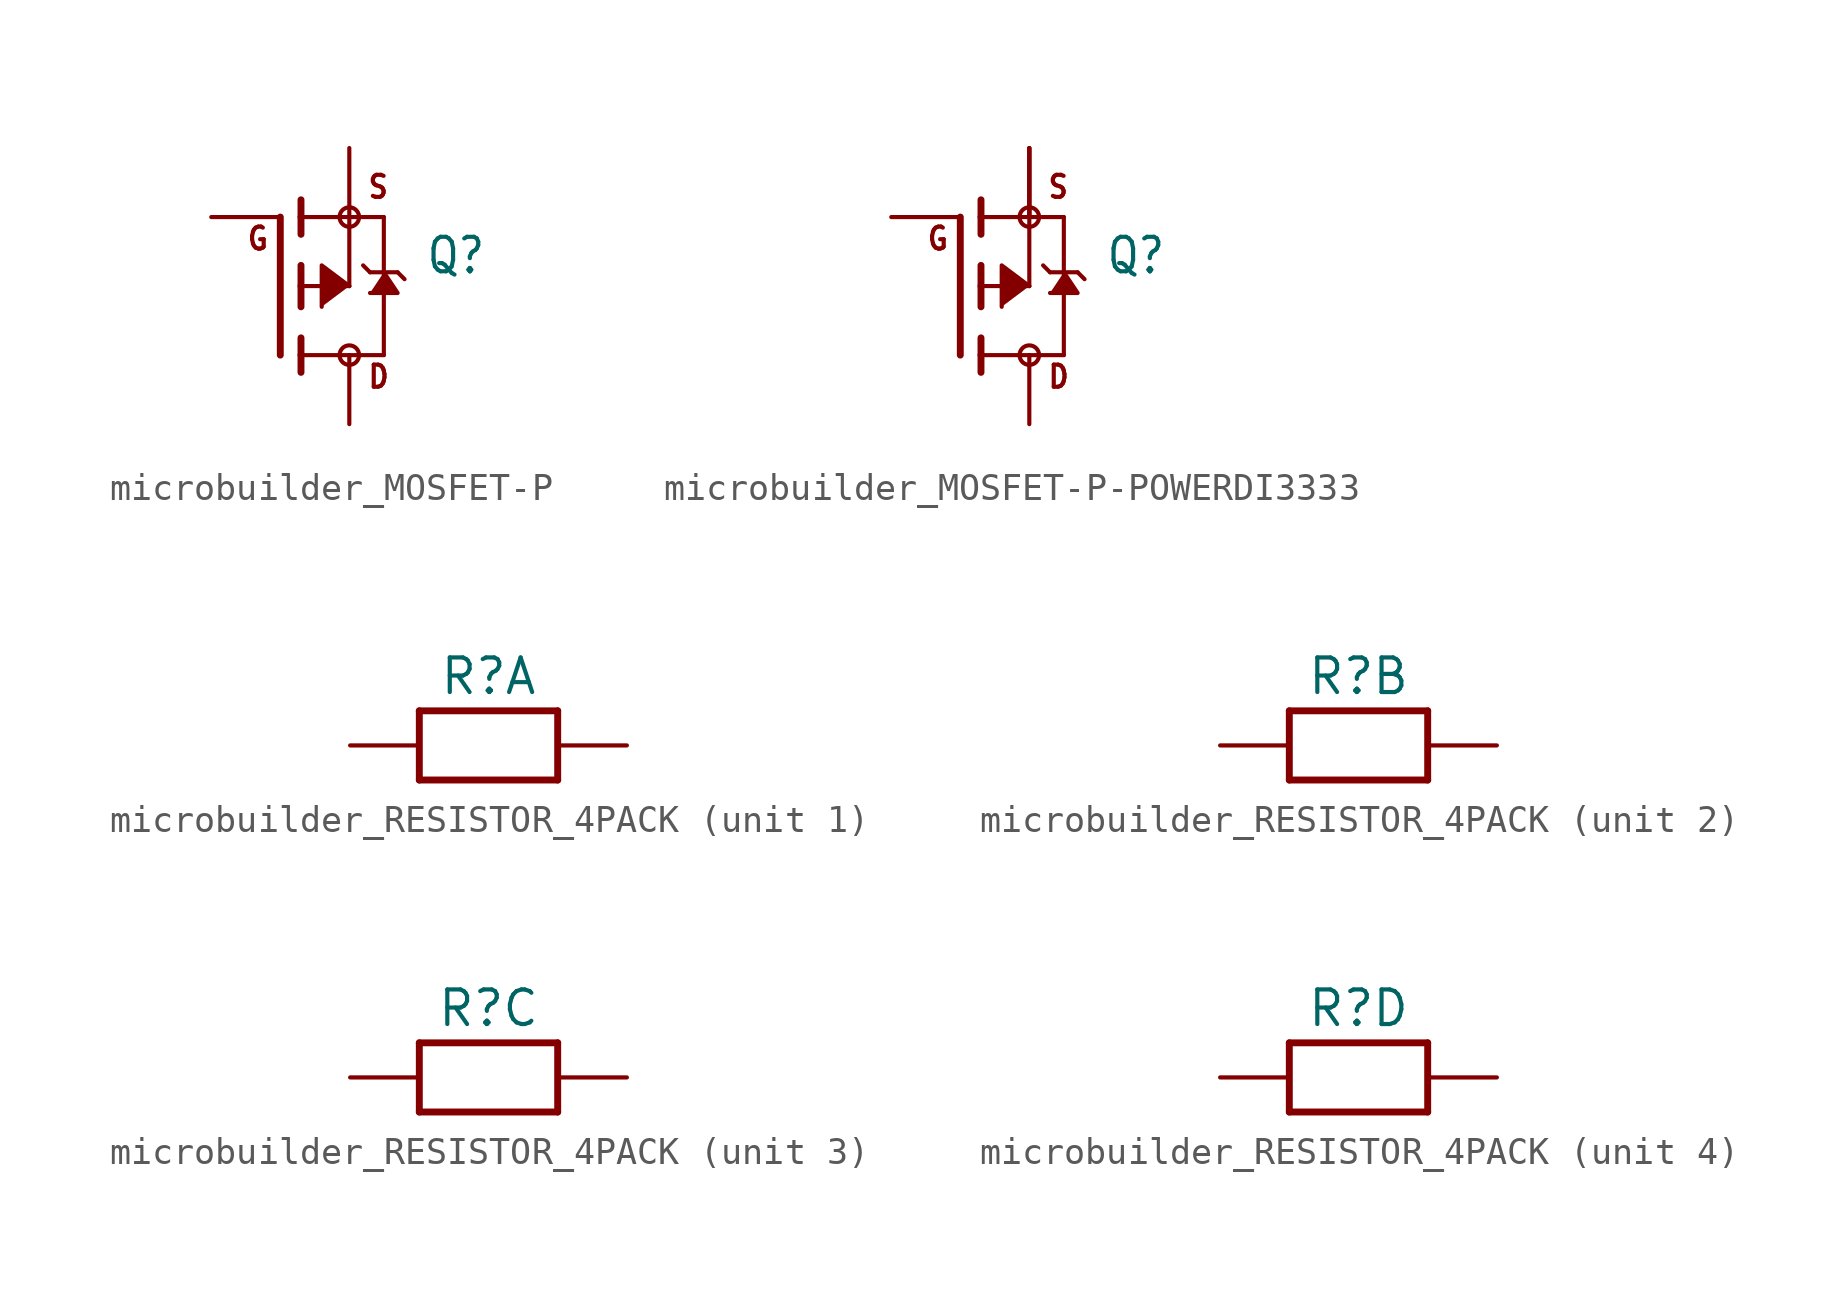
<source format=kicad_sym>
(kicad_symbol_lib
  (version 20231120)
  (generator "kicad_symbol_editor")
  (generator_version "8.0")
  (symbol "microbuilder_MOSFET-P"
    (property "Reference" "Q"
      (at 2.794 0.381 0)
      (effects (font (size 1.27 1.079)) (justify left bottom)))
    (property "Value" ""
      (at 2.794 -1.905 0)
      (effects (font (size 1.27 1.079)) (justify left bottom)))
    (property "ki_locked" ""
      (at 0 0 0)
      (effects (font (size 1.27 1.27))))
    (symbol "microbuilder_MOSFET-P_1_0"
      (circle (center 0 -2.54) (radius 0.359) (stroke (width 0) (type solid)) (fill (type none)))
      (polyline (pts (xy -2.54 -2.54) (xy -2.54 2.54)) (stroke (width 0.254) (type solid)) (fill (type none)))
      (polyline (pts (xy -1.778 -3.175) (xy -1.778 -2.54)) (stroke (width 0.254) (type solid)) (fill (type none)))
      (polyline (pts (xy -1.778 -2.54) (xy -1.778 -1.905)) (stroke (width 0.254) (type solid)) (fill (type none)))
      (polyline (pts (xy -1.778 -2.54) (xy 1.27 -2.54)) (stroke (width 0.152) (type solid)) (fill (type none)))
      (polyline (pts (xy -1.778 -0.762) (xy -1.778 0)) (stroke (width 0.254) (type solid)) (fill (type none)))
      (polyline (pts (xy -1.778 0) (xy -1.778 0.762)) (stroke (width 0.254) (type solid)) (fill (type none)))
      (polyline (pts (xy -1.778 0) (xy 0 0)) (stroke (width 0.152) (type solid)) (fill (type none)))
      (polyline (pts (xy -1.778 1.905) (xy -1.778 2.54)) (stroke (width 0.254) (type solid)) (fill (type none)))
      (polyline (pts (xy -1.778 2.54) (xy -1.778 3.175)) (stroke (width 0.254) (type solid)) (fill (type none)))
      (polyline (pts (xy 0 0) (xy 0 2.54)) (stroke (width 0.152) (type solid)) (fill (type none)))
      (polyline (pts (xy 0 2.54) (xy -1.778 2.54)) (stroke (width 0.152) (type solid)) (fill (type none)))
      (polyline (pts (xy 0 2.54) (xy 1.27 2.54)) (stroke (width 0.152) (type solid)) (fill (type none)))
      (polyline (pts (xy 0.508 0.762) (xy 0.762 0.508)) (stroke (width 0.152) (type solid)) (fill (type none)))
      (polyline (pts (xy 0.762 0.508) (xy 1.27 0.508)) (stroke (width 0.152) (type solid)) (fill (type none)))
      (polyline (pts (xy 1.27 -2.54) (xy 1.27 0.508)) (stroke (width 0.152) (type solid)) (fill (type none)))
      (polyline (pts (xy 1.27 0.508) (xy 1.27 2.54)) (stroke (width 0.152) (type solid)) (fill (type none)))
      (polyline (pts (xy 1.27 0.508) (xy 1.778 0.508)) (stroke (width 0.152) (type solid)) (fill (type none)))
      (polyline (pts (xy 1.778 0.508) (xy 2.032 0.254)) (stroke (width 0.152) (type solid)) (fill (type none)))
      (polyline (pts (xy 0 0) (xy -1.016 0.762) (xy -1.016 -0.762)) (stroke (width 0.152) (type solid)) (fill (type outline)))
      (polyline (pts (xy 1.27 0.508) (xy 1.778 -0.254) (xy 0.762 -0.254)) (stroke (width 0.152) (type solid)) (fill (type outline)))
      (circle (center 0 2.54) (radius 0.359) (stroke (width 0) (type solid)) (fill (type none)))
      (text "D" (at 0.635 -3.81 0) (effects (font (size 0.813 0.691)) (justify left bottom)))
      (text "G" (at -3.81 1.27 0) (effects (font (size 0.813 0.691)) (justify left bottom)))
      (text "S" (at 0.635 3.175 0) (effects (font (size 0.813 0.691)) (justify left bottom)))
      (pin passive line (at -5.08 2.54 0) (length 2.54) (name "G" (effects (font (size 0 0)))) (number "1" (effects (font (size 0 0)))))
      (pin passive line (at 0 5.08 270) (length 2.54) (name "S" (effects (font (size 0 0)))) (number "2" (effects (font (size 0 0)))))
      (pin passive line (at 0 -5.08 90) (length 2.54) (name "D" (effects (font (size 0 0)))) (number "3" (effects (font (size 0 0)))))))
  (symbol "microbuilder_MOSFET-P-POWERDI3333"
    (property "Reference" "Q"
      (at 2.794 0.381 0)
      (effects (font (size 1.27 1.079)) (justify left bottom)))
    (property "Value" ""
      (at 2.794 -1.905 0)
      (effects (font (size 1.27 1.079)) (justify left bottom)))
    (property "ki_locked" ""
      (at 0 0 0)
      (effects (font (size 1.27 1.27))))
    (symbol "microbuilder_MOSFET-P-POWERDI3333_1_0"
      (circle (center 0 -2.54) (radius 0.359) (stroke (width 0) (type solid)) (fill (type none)))
      (polyline (pts (xy -2.54 -2.54) (xy -2.54 2.54)) (stroke (width 0.254) (type solid)) (fill (type none)))
      (polyline (pts (xy -1.778 -3.175) (xy -1.778 -2.54)) (stroke (width 0.254) (type solid)) (fill (type none)))
      (polyline (pts (xy -1.778 -2.54) (xy -1.778 -1.905)) (stroke (width 0.254) (type solid)) (fill (type none)))
      (polyline (pts (xy -1.778 -2.54) (xy 1.27 -2.54)) (stroke (width 0.152) (type solid)) (fill (type none)))
      (polyline (pts (xy -1.778 -0.762) (xy -1.778 0)) (stroke (width 0.254) (type solid)) (fill (type none)))
      (polyline (pts (xy -1.778 0) (xy -1.778 0.762)) (stroke (width 0.254) (type solid)) (fill (type none)))
      (polyline (pts (xy -1.778 0) (xy 0 0)) (stroke (width 0.152) (type solid)) (fill (type none)))
      (polyline (pts (xy -1.778 1.905) (xy -1.778 2.54)) (stroke (width 0.254) (type solid)) (fill (type none)))
      (polyline (pts (xy -1.778 2.54) (xy -1.778 3.175)) (stroke (width 0.254) (type solid)) (fill (type none)))
      (polyline (pts (xy 0 0) (xy 0 2.54)) (stroke (width 0.152) (type solid)) (fill (type none)))
      (polyline (pts (xy 0 2.54) (xy -1.778 2.54)) (stroke (width 0.152) (type solid)) (fill (type none)))
      (polyline (pts (xy 0 2.54) (xy 1.27 2.54)) (stroke (width 0.152) (type solid)) (fill (type none)))
      (polyline (pts (xy 0.508 0.762) (xy 0.762 0.508)) (stroke (width 0.152) (type solid)) (fill (type none)))
      (polyline (pts (xy 0.762 0.508) (xy 1.27 0.508)) (stroke (width 0.152) (type solid)) (fill (type none)))
      (polyline (pts (xy 1.27 -2.54) (xy 1.27 0.508)) (stroke (width 0.152) (type solid)) (fill (type none)))
      (polyline (pts (xy 1.27 0.508) (xy 1.27 2.54)) (stroke (width 0.152) (type solid)) (fill (type none)))
      (polyline (pts (xy 1.27 0.508) (xy 1.778 0.508)) (stroke (width 0.152) (type solid)) (fill (type none)))
      (polyline (pts (xy 1.778 0.508) (xy 2.032 0.254)) (stroke (width 0.152) (type solid)) (fill (type none)))
      (polyline (pts (xy 0 0) (xy -1.016 0.762) (xy -1.016 -0.762)) (stroke (width 0.152) (type solid)) (fill (type outline)))
      (polyline (pts (xy 1.27 0.508) (xy 1.778 -0.254) (xy 0.762 -0.254)) (stroke (width 0.152) (type solid)) (fill (type outline)))
      (circle (center 0 2.54) (radius 0.359) (stroke (width 0) (type solid)) (fill (type none)))
      (text "D" (at 0.635 -3.81 0) (effects (font (size 0.813 0.691)) (justify left bottom)))
      (text "G" (at -3.81 1.27 0) (effects (font (size 0.813 0.691)) (justify left bottom)))
      (text "S" (at 0.635 3.175 0) (effects (font (size 0.813 0.691)) (justify left bottom)))
      (pin passive line (at 0 5.08 270) (length 2.54) (name "S" (effects (font (size 0 0)))) (number "1" (effects (font (size 0 0)))))
      (pin passive line (at 0 5.08 270) (length 2.54) (name "S" (effects (font (size 0 0)))) (number "2" (effects (font (size 0 0)))))
      (pin passive line (at 0 5.08 270) (length 2.54) (name "S" (effects (font (size 0 0)))) (number "3" (effects (font (size 0 0)))))
      (pin passive line (at -5.08 2.54 0) (length 2.54) (name "G" (effects (font (size 0 0)))) (number "4" (effects (font (size 0 0)))))
      (pin passive line (at 0 -5.08 90) (length 2.54) (name "D" (effects (font (size 0 0)))) (number "5678" (effects (font (size 0 0)))))))
  (symbol "microbuilder_RESISTOR_4PACK"
    (property "Reference" "R"
      (at 0 2.54 0)
      (effects (font (size 1.27 1.27))))
    (property "Value" ""
      (at 0 0 0)
      (effects (font (size 1.016 1.016) (bold yes))))
    (property "ki_locked" ""
      (at 0 0 0)
      (effects (font (size 1.27 1.27))))
    (symbol "microbuilder_RESISTOR_4PACK_1_0"
      (polyline (pts (xy -2.54 -1.27) (xy -2.54 1.27)) (stroke (width 0.254) (type solid)) (fill (type none)))
      (polyline (pts (xy -2.54 1.27) (xy 2.54 1.27)) (stroke (width 0.254) (type solid)) (fill (type none)))
      (polyline (pts (xy 2.54 -1.27) (xy -2.54 -1.27)) (stroke (width 0.254) (type solid)) (fill (type none)))
      (polyline (pts (xy 2.54 1.27) (xy 2.54 -1.27)) (stroke (width 0.254) (type solid)) (fill (type none)))
      (pin passive line (at -5.08 0 0) (length 2.54) (name "1" (effects (font (size 0 0)))) (number "1" (effects (font (size 0 0)))))
      (pin passive line (at 5.08 0 180) (length 2.54) (name "2" (effects (font (size 0 0)))) (number "8" (effects (font (size 0 0))))))
    (symbol "microbuilder_RESISTOR_4PACK_2_0"
      (polyline (pts (xy -2.54 -1.27) (xy -2.54 1.27)) (stroke (width 0.254) (type solid)) (fill (type none)))
      (polyline (pts (xy -2.54 1.27) (xy 2.54 1.27)) (stroke (width 0.254) (type solid)) (fill (type none)))
      (polyline (pts (xy 2.54 -1.27) (xy -2.54 -1.27)) (stroke (width 0.254) (type solid)) (fill (type none)))
      (polyline (pts (xy 2.54 1.27) (xy 2.54 -1.27)) (stroke (width 0.254) (type solid)) (fill (type none)))
      (pin passive line (at -5.08 0 0) (length 2.54) (name "1" (effects (font (size 0 0)))) (number "2" (effects (font (size 0 0)))))
      (pin passive line (at 5.08 0 180) (length 2.54) (name "2" (effects (font (size 0 0)))) (number "7" (effects (font (size 0 0))))))
    (symbol "microbuilder_RESISTOR_4PACK_3_0"
      (polyline (pts (xy -2.54 -1.27) (xy -2.54 1.27)) (stroke (width 0.254) (type solid)) (fill (type none)))
      (polyline (pts (xy -2.54 1.27) (xy 2.54 1.27)) (stroke (width 0.254) (type solid)) (fill (type none)))
      (polyline (pts (xy 2.54 -1.27) (xy -2.54 -1.27)) (stroke (width 0.254) (type solid)) (fill (type none)))
      (polyline (pts (xy 2.54 1.27) (xy 2.54 -1.27)) (stroke (width 0.254) (type solid)) (fill (type none)))
      (pin passive line (at -5.08 0 0) (length 2.54) (name "1" (effects (font (size 0 0)))) (number "3" (effects (font (size 0 0)))))
      (pin passive line (at 5.08 0 180) (length 2.54) (name "2" (effects (font (size 0 0)))) (number "6" (effects (font (size 0 0))))))
    (symbol "microbuilder_RESISTOR_4PACK_4_0"
      (polyline (pts (xy -2.54 -1.27) (xy -2.54 1.27)) (stroke (width 0.254) (type solid)) (fill (type none)))
      (polyline (pts (xy -2.54 1.27) (xy 2.54 1.27)) (stroke (width 0.254) (type solid)) (fill (type none)))
      (polyline (pts (xy 2.54 -1.27) (xy -2.54 -1.27)) (stroke (width 0.254) (type solid)) (fill (type none)))
      (polyline (pts (xy 2.54 1.27) (xy 2.54 -1.27)) (stroke (width 0.254) (type solid)) (fill (type none)))
      (pin passive line (at -5.08 0 0) (length 2.54) (name "1" (effects (font (size 0 0)))) (number "4" (effects (font (size 0 0)))))
      (pin passive line (at 5.08 0 180) (length 2.54) (name "2" (effects (font (size 0 0)))) (number "5" (effects (font (size 0 0))))))))
</source>
